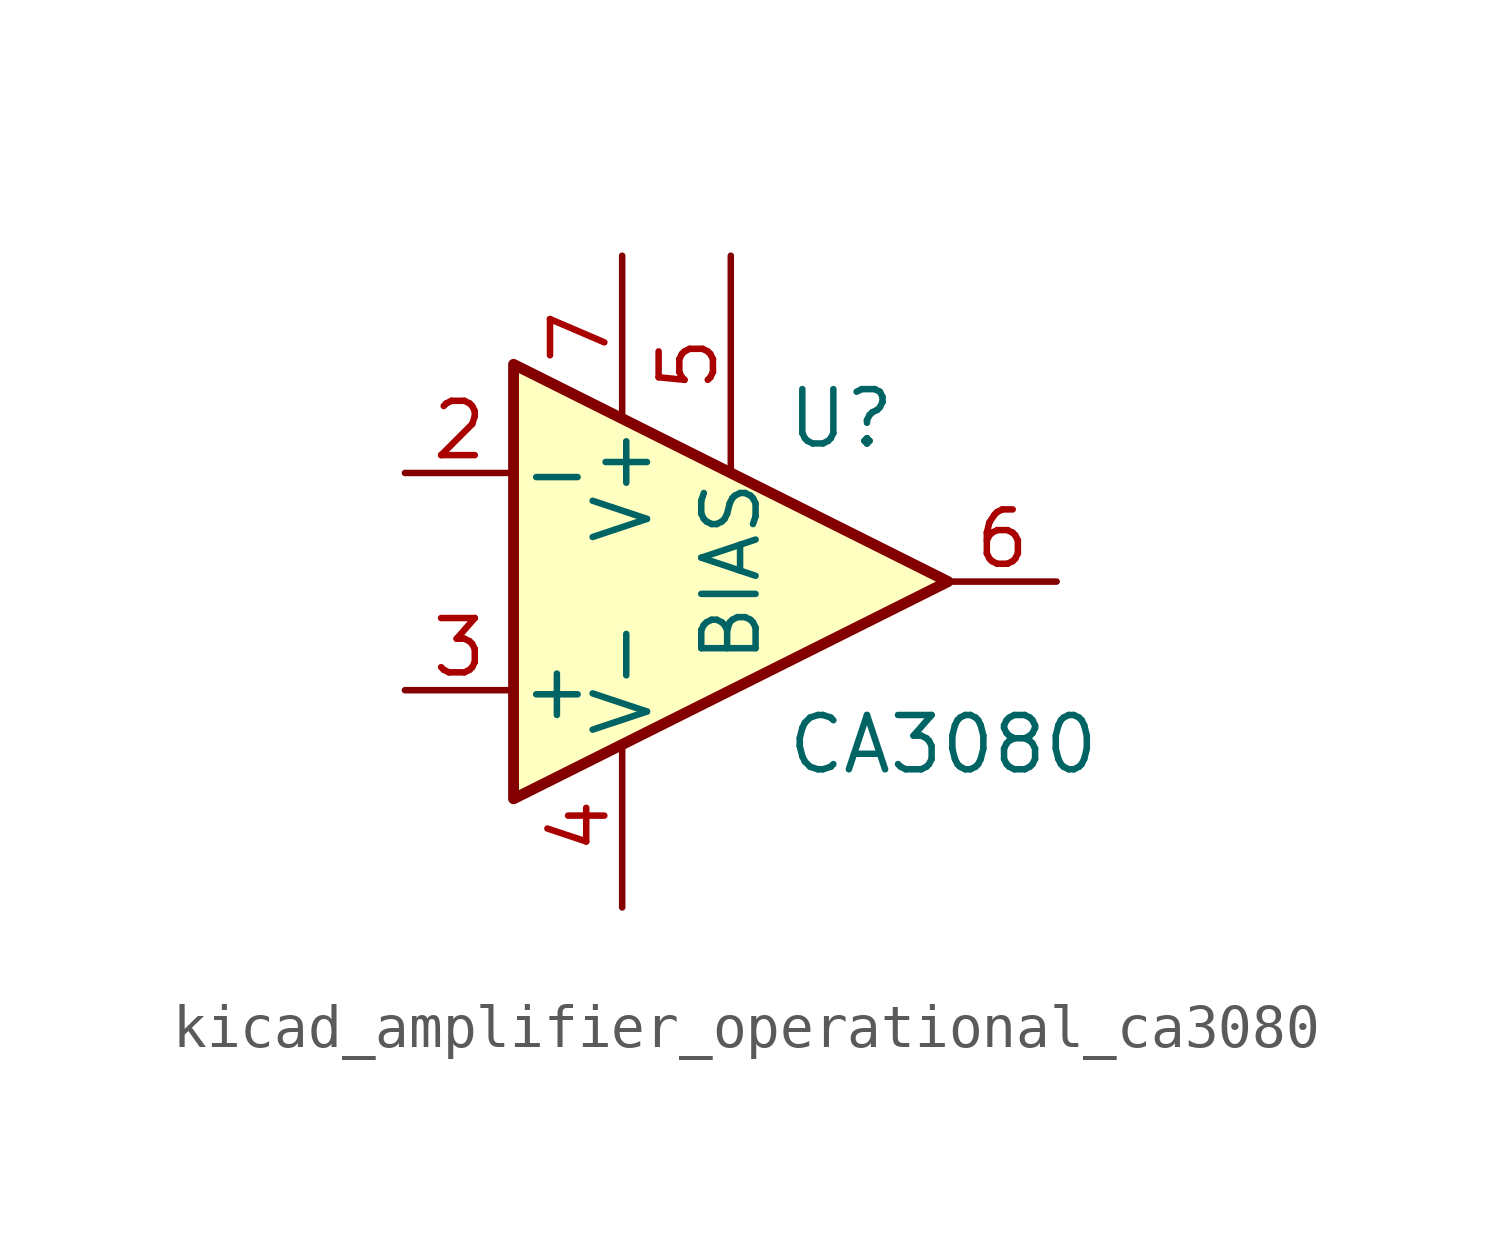
<source format=kicad_sym>
(kicad_symbol_lib
  (version 20220914)
  (generator kicad_symbol_editor)
  (symbol "kicad_amplifier_operational_ca3080"
    (pin_names
      (offset 0.127))
    (property "Reference" "U"
      (at 1.27 3.81 0)
      (effects (font (size 1.27 1.27)) (justify left)))
    (property "Value" "CA3080"
      (at 1.27 -3.81 0)
      (effects (font (size 1.27 1.27)) (justify left)))
    (symbol "kicad_amplifier_operational_ca3080_0_1"
      (polyline (pts (xy 5.08 0) (xy -5.08 -5.08) (xy -5.08 5.08) (xy 5.08 0)) (stroke (width 0.254) (type default)) (fill (type background))))
    (symbol "kicad_amplifier_operational_ca3080_1_1"
      (pin no_connect line (at -2.54 2.54 270) (length 2.54) hide (name "NC" (effects (font (size 1.27 1.27)))) (number "1" (effects (font (size 1.27 1.27)))))
      (pin input line (at -7.62 2.54 0) (length 2.54) (name "-" (effects (font (size 1.27 1.27)))) (number "2" (effects (font (size 1.27 1.27)))))
      (pin input line (at -7.62 -2.54 0) (length 2.54) (name "+" (effects (font (size 1.27 1.27)))) (number "3" (effects (font (size 1.27 1.27)))))
      (pin power_in line (at -2.54 -7.62 90) (length 3.81) (name "V-" (effects (font (size 1.27 1.27)))) (number "4" (effects (font (size 1.27 1.27)))))
      (pin passive line (at 0 7.62 270) (length 5.08) (name "BIAS" (effects (font (size 1.27 1.27)))) (number "5" (effects (font (size 1.27 1.27)))))
      (pin output line (at 7.62 0 180) (length 2.54) (name "~" (effects (font (size 1.27 1.27)))) (number "6" (effects (font (size 1.27 1.27)))))
      (pin power_in line (at -2.54 7.62 270) (length 3.81) (name "V+" (effects (font (size 1.27 1.27)))) (number "7" (effects (font (size 1.27 1.27)))))
      (pin no_connect line (at 0 2.54 270) (length 2.54) hide (name "NC" (effects (font (size 1.27 1.27)))) (number "8" (effects (font (size 1.27 1.27))))))))
</source>
